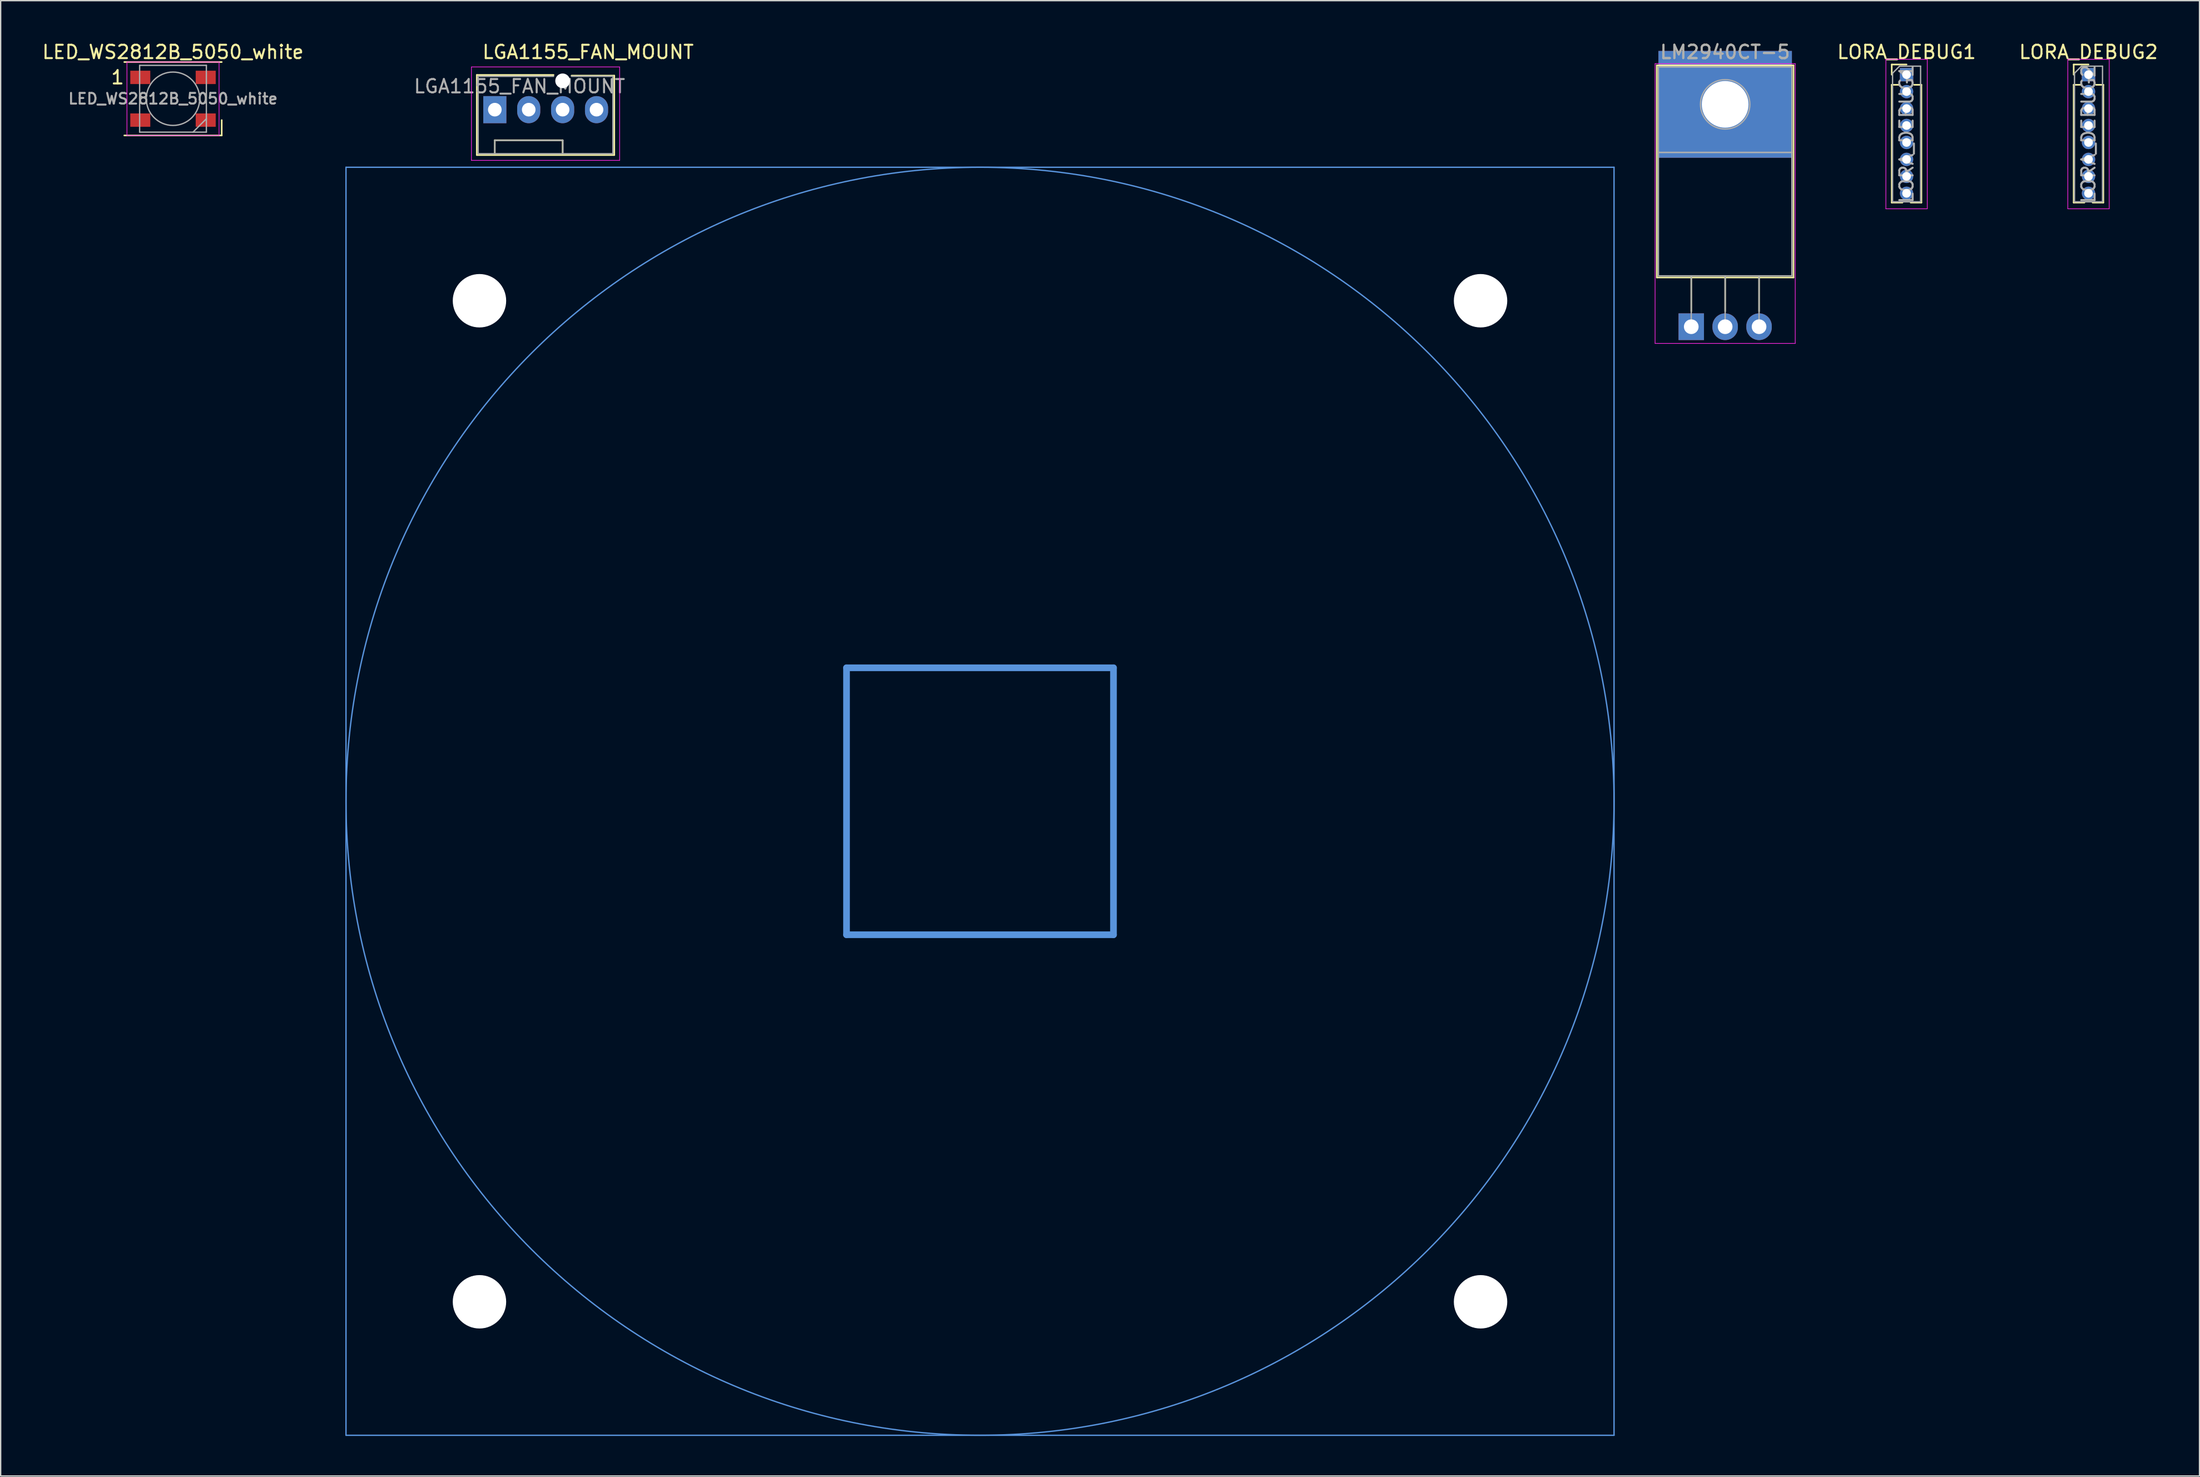
<source format=kicad_pcb>
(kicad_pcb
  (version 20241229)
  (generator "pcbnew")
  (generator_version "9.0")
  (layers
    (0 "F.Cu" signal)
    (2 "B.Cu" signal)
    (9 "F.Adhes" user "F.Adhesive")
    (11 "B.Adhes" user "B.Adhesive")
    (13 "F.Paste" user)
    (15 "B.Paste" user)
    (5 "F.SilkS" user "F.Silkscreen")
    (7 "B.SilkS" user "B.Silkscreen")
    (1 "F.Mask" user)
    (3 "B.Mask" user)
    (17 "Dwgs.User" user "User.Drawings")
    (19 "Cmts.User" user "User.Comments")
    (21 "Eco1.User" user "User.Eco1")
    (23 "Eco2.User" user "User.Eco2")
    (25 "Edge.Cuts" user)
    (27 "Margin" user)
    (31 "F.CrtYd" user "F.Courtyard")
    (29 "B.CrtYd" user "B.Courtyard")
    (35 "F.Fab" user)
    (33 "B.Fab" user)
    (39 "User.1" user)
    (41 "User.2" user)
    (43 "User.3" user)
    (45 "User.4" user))
  (footprint "LED_WS2812B_5050_white"
    (layer "F.Cu")
    (at 9.911 4.348)
    (property "Reference" "LED_WS2812B_5050_white" (at 0 -3.5 0) (layer "F.SilkS") (effects (font (size 1 1) (thickness 0.15))))
    (attr smd)
    (fp_line (start -3.65 -2.75) (end 3.65 -2.75) (stroke (width 0.12) (type solid)) (layer "F.SilkS"))
    (fp_line (start -3.65 2.75) (end 3.65 2.75) (stroke (width 0.12) (type solid)) (layer "F.SilkS"))
    (fp_line (start 3.65 2.75) (end 3.65 1.6) (stroke (width 0.12) (type solid)) (layer "F.SilkS"))
    (fp_line (start -3.45 -2.75) (end -3.45 2.75) (stroke (width 0.05) (type solid)) (layer "F.CrtYd"))
    (fp_line (start -3.45 2.75) (end 3.45 2.75) (stroke (width 0.05) (type solid)) (layer "F.CrtYd"))
    (fp_line (start 3.45 -2.75) (end -3.45 -2.75) (stroke (width 0.05) (type solid)) (layer "F.CrtYd"))
    (fp_line (start 3.45 2.75) (end 3.45 -2.75) (stroke (width 0.05) (type solid)) (layer "F.CrtYd"))
    (fp_line (start -2.5 -2.5) (end -2.5 2.5) (stroke (width 0.1) (type solid)) (layer "F.Fab"))
    (fp_line (start -2.5 2.5) (end 2.5 2.5) (stroke (width 0.1) (type solid)) (layer "F.Fab"))
    (fp_line (start 2.5 -2.5) (end -2.5 -2.5) (stroke (width 0.1) (type solid)) (layer "F.Fab"))
    (fp_line (start 2.5 1.5) (end 1.5 2.5) (stroke (width 0.1) (type solid)) (layer "F.Fab"))
    (fp_line (start 2.5 2.5) (end 2.5 -2.5) (stroke (width 0.1) (type solid)) (layer "F.Fab"))
    (fp_circle (center 0 0) (end 0 -2) (stroke (width 0.1) (type solid)) (fill no) (layer "F.Fab"))
    (fp_text user "1" (at -4.15 -1.6 0) (layer "F.SilkS") (effects (font (size 1 1) (thickness 0.15))))
    (fp_text user "${REFERENCE}" (at 0 0 0) (layer "F.Fab") (effects (font (size 0.8 0.8) (thickness 0.15))))
    (pad "1" smd rect (at -2.45 -1.6) (size 1.5 1) (layers "F.Cu" "F.Mask" "F.Paste"))
    (pad "2" smd rect (at -2.45 1.6) (size 1.5 1) (layers "F.Cu" "F.Mask" "F.Paste"))
    (pad "3" smd rect (at 2.45 1.6) (size 1.5 1) (layers "F.Cu" "F.Mask" "F.Paste"))
    (pad "4" smd rect (at 2.45 -1.6) (size 1.5 1) (layers "F.Cu" "F.Mask" "F.Paste")))
  (footprint "LORA_DEBUG1"
    (layer "F.Cu")
    (at 139.787 2.543)
    (property "Reference" "LORA_DEBUG1" (at 0 -1.695 0) (layer "F.SilkS") (effects (font (size 1 1) (thickness 0.15))))
    (attr through_hole)
    (fp_line (start -1.11 -0.76) (end 0 -0.76) (stroke (width 0.12) (type solid)) (layer "F.SilkS"))
    (fp_line (start -1.11 0) (end -1.11 -0.76) (stroke (width 0.12) (type solid)) (layer "F.SilkS"))
    (fp_line (start -1.11 0.76) (end -1.11 9.585) (stroke (width 0.12) (type solid)) (layer "F.SilkS"))
    (fp_line (start -1.11 0.76) (end -0.563 0.76) (stroke (width 0.12) (type solid)) (layer "F.SilkS"))
    (fp_line (start -1.11 9.585) (end -0.308 9.585) (stroke (width 0.12) (type solid)) (layer "F.SilkS"))
    (fp_line (start 0.308 9.585) (end 1.11 9.585) (stroke (width 0.12) (type solid)) (layer "F.SilkS"))
    (fp_line (start 0.563 0.76) (end 1.11 0.76) (stroke (width 0.12) (type solid)) (layer "F.SilkS"))
    (fp_line (start 1.11 0.76) (end 1.11 9.585) (stroke (width 0.12) (type solid)) (layer "F.SilkS"))
    (fp_line (start -1.55 -1.15) (end -1.55 10.05) (stroke (width 0.05) (type solid)) (layer "F.CrtYd"))
    (fp_line (start -1.55 10.05) (end 1.55 10.05) (stroke (width 0.05) (type solid)) (layer "F.CrtYd"))
    (fp_line (start 1.55 -1.15) (end -1.55 -1.15) (stroke (width 0.05) (type solid)) (layer "F.CrtYd"))
    (fp_line (start 1.55 10.05) (end 1.55 -1.15) (stroke (width 0.05) (type solid)) (layer "F.CrtYd"))
    (fp_line (start -1.05 -0.11) (end -0.525 -0.635) (stroke (width 0.1) (type solid)) (layer "F.Fab"))
    (fp_line (start -1.05 9.525) (end -1.05 -0.11) (stroke (width 0.1) (type solid)) (layer "F.Fab"))
    (fp_line (start -0.525 -0.635) (end 1.05 -0.635) (stroke (width 0.1) (type solid)) (layer "F.Fab"))
    (fp_line (start 1.05 -0.635) (end 1.05 9.525) (stroke (width 0.1) (type solid)) (layer "F.Fab"))
    (fp_line (start 1.05 9.525) (end -1.05 9.525) (stroke (width 0.1) (type solid)) (layer "F.Fab"))
    (fp_text user "${REFERENCE}" (at 0 4.445 90) (layer "F.Fab") (effects (font (size 1 1) (thickness 0.15))))
    (pad "1" thru_hole rect (at 0 0) (size 1 1) (drill 0.65) (layers "*.Cu" "*.Mask"))
    (pad "2" thru_hole oval (at 0 1.27) (size 1 1) (drill 0.65) (layers "*.Cu" "*.Mask"))
    (pad "3" thru_hole oval (at 0 2.54) (size 1 1) (drill 0.65) (layers "*.Cu" "*.Mask"))
    (pad "4" thru_hole oval (at 0 3.81) (size 1 1) (drill 0.65) (layers "*.Cu" "*.Mask"))
    (pad "5" thru_hole oval (at 0 5.08) (size 1 1) (drill 0.65) (layers "*.Cu" "*.Mask"))
    (pad "6" thru_hole oval (at 0 6.35) (size 1 1) (drill 0.65) (layers "*.Cu" "*.Mask"))
    (pad "7" thru_hole oval (at 0 7.62) (size 1 1) (drill 0.65) (layers "*.Cu" "*.Mask"))
    (pad "8" thru_hole oval (at 0 8.89) (size 1 1) (drill 0.65) (layers "*.Cu" "*.Mask")))
  (footprint "LORA_DEBUG2"
    (layer "F.Cu")
    (at 153.418 2.543)
    (property "Reference" "LORA_DEBUG2" (at 0 -1.695 0) (layer "F.SilkS") (effects (font (size 1 1) (thickness 0.15))))
    (attr through_hole)
    (fp_line (start -1.11 -0.76) (end 0 -0.76) (stroke (width 0.12) (type solid)) (layer "F.SilkS"))
    (fp_line (start -1.11 0) (end -1.11 -0.76) (stroke (width 0.12) (type solid)) (layer "F.SilkS"))
    (fp_line (start -1.11 0.76) (end -1.11 9.585) (stroke (width 0.12) (type solid)) (layer "F.SilkS"))
    (fp_line (start -1.11 0.76) (end -0.563 0.76) (stroke (width 0.12) (type solid)) (layer "F.SilkS"))
    (fp_line (start -1.11 9.585) (end -0.308 9.585) (stroke (width 0.12) (type solid)) (layer "F.SilkS"))
    (fp_line (start 0.308 9.585) (end 1.11 9.585) (stroke (width 0.12) (type solid)) (layer "F.SilkS"))
    (fp_line (start 0.563 0.76) (end 1.11 0.76) (stroke (width 0.12) (type solid)) (layer "F.SilkS"))
    (fp_line (start 1.11 0.76) (end 1.11 9.585) (stroke (width 0.12) (type solid)) (layer "F.SilkS"))
    (fp_line (start -1.55 -1.15) (end -1.55 10.05) (stroke (width 0.05) (type solid)) (layer "F.CrtYd"))
    (fp_line (start -1.55 10.05) (end 1.55 10.05) (stroke (width 0.05) (type solid)) (layer "F.CrtYd"))
    (fp_line (start 1.55 -1.15) (end -1.55 -1.15) (stroke (width 0.05) (type solid)) (layer "F.CrtYd"))
    (fp_line (start 1.55 10.05) (end 1.55 -1.15) (stroke (width 0.05) (type solid)) (layer "F.CrtYd"))
    (fp_line (start -1.05 -0.11) (end -0.525 -0.635) (stroke (width 0.1) (type solid)) (layer "F.Fab"))
    (fp_line (start -1.05 9.525) (end -1.05 -0.11) (stroke (width 0.1) (type solid)) (layer "F.Fab"))
    (fp_line (start -0.525 -0.635) (end 1.05 -0.635) (stroke (width 0.1) (type solid)) (layer "F.Fab"))
    (fp_line (start 1.05 -0.635) (end 1.05 9.525) (stroke (width 0.1) (type solid)) (layer "F.Fab"))
    (fp_line (start 1.05 9.525) (end -1.05 9.525) (stroke (width 0.1) (type solid)) (layer "F.Fab"))
    (fp_text user "${REFERENCE}" (at 0 4.445 90) (layer "F.Fab") (effects (font (size 1 1) (thickness 0.15))))
    (pad "1" thru_hole rect (at 0 0) (size 1 1) (drill 0.65) (layers "*.Cu" "*.Mask"))
    (pad "2" thru_hole oval (at 0 1.27) (size 1 1) (drill 0.65) (layers "*.Cu" "*.Mask"))
    (pad "3" thru_hole oval (at 0 2.54) (size 1 1) (drill 0.65) (layers "*.Cu" "*.Mask"))
    (pad "4" thru_hole oval (at 0 3.81) (size 1 1) (drill 0.65) (layers "*.Cu" "*.Mask"))
    (pad "5" thru_hole oval (at 0 5.08) (size 1 1) (drill 0.65) (layers "*.Cu" "*.Mask"))
    (pad "6" thru_hole oval (at 0 6.35) (size 1 1) (drill 0.65) (layers "*.Cu" "*.Mask"))
    (pad "7" thru_hole oval (at 0 7.62) (size 1 1) (drill 0.65) (layers "*.Cu" "*.Mask"))
    (pad "8" thru_hole oval (at 0 8.89) (size 1 1) (drill 0.65) (layers "*.Cu" "*.Mask")))
  (footprint "LGA1155_FAN_MOUNT"
    (layer "F.Cu")
    (at 70.371 56.982)
    (property "Reference" "LGA1155_FAN_MOUNT" (at -37.366 -56.134 0) (layer "F.SilkS") (effects (font (size 1 1) (thickness 0.15)) (justify left)))
    (attr through_hole)
    (fp_line (start -37.7 -54.416) (end -31.95 -54.416) (stroke (width 0.12) (type solid)) (layer "F.SilkS"))
    (fp_line (start -37.7 -48.416) (end -37.7 -54.416) (stroke (width 0.12) (type solid)) (layer "F.SilkS"))
    (fp_line (start -36.35 -49.526) (end -31.27 -49.526) (stroke (width 0.12) (type solid)) (layer "F.SilkS"))
    (fp_line (start -36.35 -48.516) (end -36.35 -49.526) (stroke (width 0.12) (type solid)) (layer "F.SilkS"))
    (fp_line (start -31.27 -49.526) (end -31.27 -48.516) (stroke (width 0.12) (type solid)) (layer "F.SilkS"))
    (fp_line (start -30.6 -54.366) (end -27.4 -54.366) (stroke (width 0.12) (type solid)) (layer "F.SilkS"))
    (fp_line (start -27.4 -54.366) (end -27.4 -48.416) (stroke (width 0.12) (type solid)) (layer "F.SilkS"))
    (fp_line (start -27.4 -48.416) (end -37.7 -48.416) (stroke (width 0.12) (type solid)) (layer "F.SilkS"))
    (fp_line (start -47.5 -47.5) (end -47.5 47.5) (stroke (width 0.1) (type solid)) (layer "Cmts.User"))
    (fp_line (start -47.5 47.5) (end 47.5 47.5) (stroke (width 0.1) (type solid)) (layer "Cmts.User"))
    (fp_line (start -10 -10) (end -10 10) (stroke (width 0.5) (type solid)) (layer "Cmts.User"))
    (fp_line (start -10 10) (end 10 10) (stroke (width 0.5) (type solid)) (layer "Cmts.User"))
    (fp_line (start 10 -10) (end -10 -10) (stroke (width 0.5) (type solid)) (layer "Cmts.User"))
    (fp_line (start 10 10) (end 10 -10) (stroke (width 0.5) (type solid)) (layer "Cmts.User"))
    (fp_line (start 47.5 -47.5) (end -47.5 -47.5) (stroke (width 0.1) (type solid)) (layer "Cmts.User"))
    (fp_line (start 47.5 47.5) (end 47.5 -47.5) (stroke (width 0.1) (type solid)) (layer "Cmts.User"))
    (fp_circle (center 0 0) (end 47.5 0) (stroke (width 0.1) (type solid)) (fill no) (layer "Cmts.User"))
    (fp_line (start -38.1 -48.016) (end -38.1 -55.016) (stroke (width 0.05) (type solid)) (layer "F.CrtYd"))
    (fp_line (start -38.1 -48.016) (end -27 -48.016) (stroke (width 0.05) (type solid)) (layer "F.CrtYd"))
    (fp_line (start -27 -55.016) (end -38.1 -55.016) (stroke (width 0.05) (type solid)) (layer "F.CrtYd"))
    (fp_line (start -27 -55.016) (end -27 -48.016) (stroke (width 0.05) (type solid)) (layer "F.CrtYd"))
    (fp_line (start -37.6 -54.316) (end -31.95 -54.316) (stroke (width 0.1) (type solid)) (layer "F.Fab"))
    (fp_line (start -37.6 -48.516) (end -37.6 -54.316) (stroke (width 0.1) (type solid)) (layer "F.Fab"))
    (fp_line (start -37.55 -48.516) (end -37.6 -48.516) (stroke (width 0.1) (type solid)) (layer "F.Fab"))
    (fp_line (start -36.35 -49.516) (end -36.35 -48.516) (stroke (width 0.1) (type solid)) (layer "F.Fab"))
    (fp_line (start -31.25 -49.516) (end -36.35 -49.516) (stroke (width 0.1) (type solid)) (layer "F.Fab"))
    (fp_line (start -31.25 -48.516) (end -31.25 -49.516) (stroke (width 0.1) (type solid)) (layer "F.Fab"))
    (fp_line (start -30.6 -54.316) (end -27.5 -54.316) (stroke (width 0.1) (type solid)) (layer "F.Fab"))
    (fp_line (start -27.5 -54.316) (end -27.5 -48.516) (stroke (width 0.1) (type solid)) (layer "F.Fab"))
    (fp_line (start -27.5 -48.516) (end -37.55 -48.516) (stroke (width 0.1) (type solid)) (layer "F.Fab"))
    (fp_text user "${REFERENCE}" (at -34.5 -53.566 0) (layer "F.Fab") (effects (font (size 1 1) (thickness 0.15))))
    (pad "" np_thru_hole circle (at -37.5 -37.5) (size 4 4) (drill 4) (layers "*.Cu" "*.Mask"))
    (pad "" np_thru_hole circle (at -37.5 37.5) (size 4 4) (drill 4) (layers "*.Cu" "*.Mask"))
    (pad "" np_thru_hole circle (at -31.27 -53.976 90) (size 1.1 1.1) (drill 1.1) (layers "*.Cu" "*.Mask"))
    (pad "" np_thru_hole circle (at 37.5 -37.5) (size 4 4) (drill 4) (layers "*.Cu" "*.Mask"))
    (pad "" np_thru_hole circle (at 37.5 37.5) (size 4 4) (drill 4) (layers "*.Cu" "*.Mask"))
    (pad "1" thru_hole rect (at -36.35 -51.816 90) (size 2.03 1.73) (drill 1.02) (layers "*.Cu" "*.Mask"))
    (pad "2" thru_hole oval (at -33.81 -51.816 90) (size 2.03 1.73) (drill 1.02) (layers "*.Cu" "*.Mask"))
    (pad "3" thru_hole oval (at -31.27 -51.816 90) (size 2.03 1.73) (drill 1.02) (layers "*.Cu" "*.Mask"))
    (pad "4" thru_hole oval (at -28.73 -51.816 90) (size 2.03 1.73) (drill 1.02) (layers "*.Cu" "*.Mask")))
  (footprint "LM2940CT-5"
    (layer "F.Cu")
    (at 123.656 21.428)
    (property "Reference" "LM2940CT-5" (at 2.54 -20.58 0) (layer "F.SilkS") (effects (font (size 1 1) (thickness 0.15))))
    (attr through_hole)
    (fp_line (start -2.58 -19.58) (end -2.58 -3.69) (stroke (width 0.12) (type solid)) (layer "F.SilkS"))
    (fp_line (start -2.58 -19.58) (end 7.66 -19.58) (stroke (width 0.12) (type solid)) (layer "F.SilkS"))
    (fp_line (start -2.58 -3.69) (end 7.66 -3.69) (stroke (width 0.12) (type solid)) (layer "F.SilkS"))
    (fp_line (start 0 -3.69) (end 0 -1.15) (stroke (width 0.12) (type solid)) (layer "F.SilkS"))
    (fp_line (start 2.54 -3.69) (end 2.54 -1.15) (stroke (width 0.12) (type solid)) (layer "F.SilkS"))
    (fp_line (start 5.08 -3.69) (end 5.08 -1.15) (stroke (width 0.12) (type solid)) (layer "F.SilkS"))
    (fp_line (start 7.66 -19.58) (end 7.66 -3.69) (stroke (width 0.12) (type solid)) (layer "F.SilkS"))
    (fp_line (start -2.71 -19.71) (end -2.71 1.25) (stroke (width 0.05) (type solid)) (layer "F.CrtYd"))
    (fp_line (start -2.71 1.25) (end 7.79 1.25) (stroke (width 0.05) (type solid)) (layer "F.CrtYd"))
    (fp_line (start 7.79 -19.71) (end -2.71 -19.71) (stroke (width 0.05) (type solid)) (layer "F.CrtYd"))
    (fp_line (start 7.79 1.25) (end 7.79 -19.71) (stroke (width 0.05) (type solid)) (layer "F.CrtYd"))
    (fp_line (start -2.46 -19.46) (end 7.54 -19.46) (stroke (width 0.1) (type solid)) (layer "F.Fab"))
    (fp_line (start -2.46 -13.06) (end -2.46 -19.46) (stroke (width 0.1) (type solid)) (layer "F.Fab"))
    (fp_line (start -2.46 -13.06) (end 7.54 -13.06) (stroke (width 0.1) (type solid)) (layer "F.Fab"))
    (fp_line (start -2.46 -3.81) (end -2.46 -13.06) (stroke (width 0.1) (type solid)) (layer "F.Fab"))
    (fp_line (start 0 -3.81) (end 0 0) (stroke (width 0.1) (type solid)) (layer "F.Fab"))
    (fp_line (start 2.54 -3.81) (end 2.54 0) (stroke (width 0.1) (type solid)) (layer "F.Fab"))
    (fp_line (start 5.08 -3.81) (end 5.08 0) (stroke (width 0.1) (type solid)) (layer "F.Fab"))
    (fp_line (start 7.54 -19.46) (end 7.54 -13.06) (stroke (width 0.1) (type solid)) (layer "F.Fab"))
    (fp_line (start 7.54 -13.06) (end -2.46 -13.06) (stroke (width 0.1) (type solid)) (layer "F.Fab"))
    (fp_line (start 7.54 -13.06) (end 7.54 -3.81) (stroke (width 0.1) (type solid)) (layer "F.Fab"))
    (fp_line (start 7.54 -3.81) (end -2.46 -3.81) (stroke (width 0.1) (type solid)) (layer "F.Fab"))
    (fp_circle (center 2.54 -16.66) (end 4.39 -16.66) (stroke (width 0.1) (type solid)) (fill no) (layer "F.Fab"))
    (fp_text user "${REFERENCE}" (at 2.54 -20.58 0) (layer "F.Fab") (effects (font (size 1 1) (thickness 0.15))))
    (pad "1" thru_hole rect (at 0 0) (size 1.905 2) (drill 1.1) (layers "*.Cu" "*.Mask"))
    (pad "2" thru_hole rect (at 2.54 -16.66) (size 10 8) (drill 3.5) (layers "*.Cu" "F.Mask"))
    (pad "2" thru_hole oval (at 2.54 0) (size 1.905 2) (drill 1.1) (layers "*.Cu" "*.Mask"))
    (pad "3" thru_hole oval (at 5.08 0) (size 1.905 2) (drill 1.1) (layers "*.Cu" "*.Mask")))
  (gr_rect
    (start -3 -3)
    (end 161.733 107.532)
    (stroke (width 0.1) (type default))
    (fill no)
    (layer "Edge.Cuts")))
</source>
